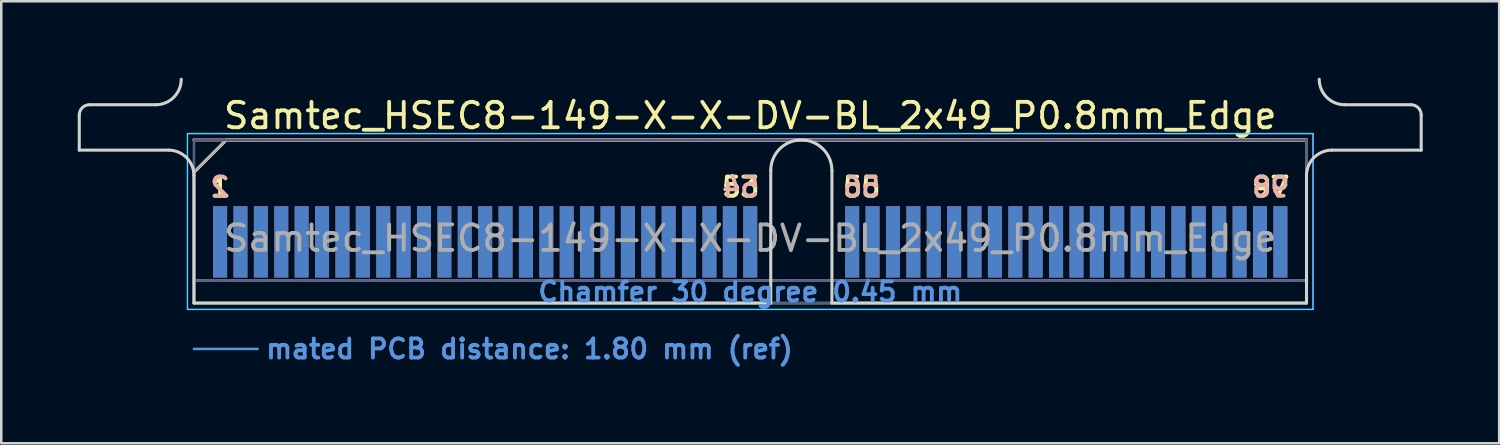
<source format=kicad_pcb>
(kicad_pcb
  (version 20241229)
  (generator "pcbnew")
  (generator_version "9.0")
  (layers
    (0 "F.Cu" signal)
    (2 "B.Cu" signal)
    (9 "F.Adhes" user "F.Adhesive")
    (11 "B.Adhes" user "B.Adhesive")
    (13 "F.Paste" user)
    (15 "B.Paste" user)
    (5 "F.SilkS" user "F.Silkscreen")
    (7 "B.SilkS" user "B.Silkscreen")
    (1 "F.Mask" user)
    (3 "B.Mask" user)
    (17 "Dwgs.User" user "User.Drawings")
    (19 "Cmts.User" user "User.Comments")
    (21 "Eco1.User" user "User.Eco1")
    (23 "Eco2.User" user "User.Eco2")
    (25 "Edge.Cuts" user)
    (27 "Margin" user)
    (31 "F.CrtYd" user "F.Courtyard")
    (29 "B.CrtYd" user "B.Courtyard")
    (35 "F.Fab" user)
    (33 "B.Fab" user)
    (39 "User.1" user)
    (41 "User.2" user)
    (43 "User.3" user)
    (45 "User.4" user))
  (footprint "Samtec_HSEC8-149-X-X-DV-BL_2x49_P0.8mm_Edge"
    (layer "F.Cu")
    (at 26.385 8.84)
    (property "Reference" "Samtec_HSEC8-149-X-X-DV-BL_2x49_P0.8mm_Edge" (at 0 -7.35 0) (layer "F.SilkS") (effects (font (size 1 1) (thickness 0.15))))
    (attr exclude_from_pos_files exclude_from_bom)
    (fp_line (start -21.825 -5.13) (end -20.555 -6.4) (stroke (width 0.12) (type solid)) (layer "F.SilkS"))
    (fp_line (start -20.555 -6.4) (end 21.825 -6.4) (stroke (width 0.12) (type solid)) (layer "F.SilkS"))
    (fp_line (start -21.825 -6.4) (end -21.825 -6.4) (stroke (width 0.12) (type solid)) (layer "B.SilkS"))
    (fp_line (start -21.825 -6.4) (end 21.825 -6.4) (stroke (width 0.12) (type solid)) (layer "B.SilkS"))
    (fp_line (start -21.825 1.8) (end -19.325 1.8) (stroke (width 0.1) (type solid)) (layer "Cmts.User"))
    (fp_line (start -26.325 -6) (end -26.325 -7.38) (stroke (width 0.12) (type solid)) (layer "Edge.Cuts"))
    (fp_line (start -25.925 -7.78) (end -23.325 -7.78) (stroke (width 0.12) (type solid)) (layer "Edge.Cuts"))
    (fp_line (start -22.825 -6) (end -26.325 -6) (stroke (width 0.12) (type solid)) (layer "Edge.Cuts"))
    (fp_line (start -21.825 -5) (end -21.825 0) (stroke (width 0.12) (type solid)) (layer "Edge.Cuts"))
    (fp_line (start -21.825 0) (end 0.805 0) (stroke (width 0.12) (type solid)) (layer "Edge.Cuts"))
    (fp_line (start 0.805 0) (end 0.805 -5.2) (stroke (width 0.12) (type solid)) (layer "Edge.Cuts"))
    (fp_line (start 3.205 -5.2) (end 3.205 0) (stroke (width 0.12) (type solid)) (layer "Edge.Cuts"))
    (fp_line (start 3.205 0) (end 21.825 0) (stroke (width 0.12) (type solid)) (layer "Edge.Cuts"))
    (fp_line (start 21.825 0) (end 21.825 -5) (stroke (width 0.12) (type solid)) (layer "Edge.Cuts"))
    (fp_line (start 22.825 -6) (end 26.325 -6) (stroke (width 0.12) (type solid)) (layer "Edge.Cuts"))
    (fp_line (start 25.925 -7.78) (end 23.325 -7.78) (stroke (width 0.12) (type solid)) (layer "Edge.Cuts"))
    (fp_line (start 26.325 -6) (end 26.325 -7.38) (stroke (width 0.12) (type solid)) (layer "Edge.Cuts"))
    (fp_arc (start -26.325 -7.38) (mid -26.207843 -7.662843) (end -25.925 -7.78) (stroke (width 0.12) (type solid)) (layer "Edge.Cuts"))
    (fp_arc (start -22.825 -6) (mid -22.117893 -5.707107) (end -21.825 -5) (stroke (width 0.12) (type solid)) (layer "Edge.Cuts"))
    (fp_arc (start -22.325 -8.78) (mid -22.617893 -8.072893) (end -23.325 -7.78) (stroke (width 0.12) (type solid)) (layer "Edge.Cuts"))
    (fp_arc (start 0.805 -5.2) (mid 2.005 -6.4) (end 3.205 -5.2) (stroke (width 0.12) (type solid)) (layer "Edge.Cuts"))
    (fp_arc (start 21.825 -5) (mid 22.117893 -5.707107) (end 22.825 -6) (stroke (width 0.12) (type solid)) (layer "Edge.Cuts"))
    (fp_arc (start 23.325 -7.78) (mid 22.617893 -8.072893) (end 22.325 -8.78) (stroke (width 0.12) (type solid)) (layer "Edge.Cuts"))
    (fp_arc (start 25.925 -7.78) (mid 26.207843 -7.662843) (end 26.325 -7.38) (stroke (width 0.12) (type solid)) (layer "Edge.Cuts"))
    (fp_line (start -22.08 -6.65) (end -22.08 0.25) (stroke (width 0.05) (type solid)) (layer "B.CrtYd"))
    (fp_line (start -22.08 0.25) (end 22.08 0.25) (stroke (width 0.05) (type solid)) (layer "B.CrtYd"))
    (fp_line (start 22.08 -6.65) (end -22.08 -6.65) (stroke (width 0.05) (type solid)) (layer "B.CrtYd"))
    (fp_line (start 22.08 0.25) (end 22.08 -6.65) (stroke (width 0.05) (type solid)) (layer "B.CrtYd"))
    (fp_line (start -22.08 -6.65) (end -22.08 0.25) (stroke (width 0.05) (type solid)) (layer "F.CrtYd"))
    (fp_line (start -22.08 0.25) (end 22.08 0.25) (stroke (width 0.05) (type solid)) (layer "F.CrtYd"))
    (fp_line (start 22.08 -6.65) (end -22.08 -6.65) (stroke (width 0.05) (type solid)) (layer "F.CrtYd"))
    (fp_line (start 22.08 0.25) (end 22.08 -6.65) (stroke (width 0.05) (type solid)) (layer "F.CrtYd"))
    (fp_line (start -21.825 -6.4) (end -21.825 -6.4) (stroke (width 0.1) (type solid)) (layer "B.Fab"))
    (fp_line (start -21.825 -6.4) (end -21.825 0) (stroke (width 0.1) (type solid)) (layer "B.Fab"))
    (fp_line (start -21.825 -6.4) (end 21.825 -6.4) (stroke (width 0.1) (type solid)) (layer "B.Fab"))
    (fp_line (start -21.825 -0.88) (end 21.825 -0.88) (stroke (width 0.1) (type solid)) (layer "B.Fab"))
    (fp_line (start -21.825 0) (end 21.825 0) (stroke (width 0.1) (type solid)) (layer "B.Fab"))
    (fp_line (start 21.825 -6.4) (end 21.825 0) (stroke (width 0.1) (type solid)) (layer "B.Fab"))
    (fp_line (start -21.825 -5.13) (end -21.825 0) (stroke (width 0.1) (type solid)) (layer "F.Fab"))
    (fp_line (start -21.825 -5.13) (end -20.555 -6.4) (stroke (width 0.1) (type solid)) (layer "F.Fab"))
    (fp_line (start -21.825 -0.88) (end 21.825 -0.88) (stroke (width 0.1) (type solid)) (layer "F.Fab"))
    (fp_line (start -21.825 0) (end 21.825 0) (stroke (width 0.1) (type solid)) (layer "F.Fab"))
    (fp_line (start -20.555 -6.4) (end 21.825 -6.4) (stroke (width 0.1) (type solid)) (layer "F.Fab"))
    (fp_line (start 21.825 -6.4) (end 21.825 0) (stroke (width 0.1) (type solid)) (layer "F.Fab"))
    (fp_text user "97" (at 20.425 -4.55 0) (layer "F.SilkS") (effects (font (size 0.75 0.75) (thickness 0.15))))
    (fp_text user "55" (at 4.375 -4.55 0) (layer "F.SilkS") (effects (font (size 0.75 0.75) (thickness 0.15))))
    (fp_text user "53" (at -0.375 -4.55 0) (layer "F.SilkS") (effects (font (size 0.75 0.75) (thickness 0.15))))
    (fp_text user "1" (at -20.8 -4.55 0) (layer "F.SilkS") (effects (font (size 0.75 0.75) (thickness 0.15))))
    (fp_text user "56" (at 4.375 -4.55 0) (layer "B.SilkS") (effects (font (size 0.75 0.75) (thickness 0.15)) (justify mirror)))
    (fp_text user "2" (at -20.8 -4.55 0) (layer "B.SilkS") (effects (font (size 0.75 0.75) (thickness 0.15)) (justify mirror)))
    (fp_text user "98" (at 20.425 -4.55 0) (layer "B.SilkS") (effects (font (size 0.75 0.75) (thickness 0.15)) (justify mirror)))
    (fp_text user "54" (at -0.375 -4.55 0) (layer "B.SilkS") (effects (font (size 0.75 0.75) (thickness 0.15)) (justify mirror)))
    (fp_text user "Chamfer 30 degree 0.45 mm" (at 0 -0.44 0) (layer "Cmts.User") (effects (font (size 0.75 0.75) (thickness 0.15))))
    (fp_text user "mated PCB distance: 1.80 mm (ref)" (at -19.08 1.8 0) (layer "Cmts.User") (effects (font (size 0.75 0.75) (thickness 0.15)) (justify left)))
    (fp_text user "${REFERENCE}" (at 0 -2.54 0) (layer "F.Fab") (effects (font (size 1 1) (thickness 0.15))))
    (pad "1" connect rect (at -20.8 -2.4) (size 0.55 2.8) (layers "F.Cu" "F.Mask"))
    (pad "2" connect rect (at -20.8 -2.4) (size 0.55 2.8) (layers "B.Cu" "B.Mask"))
    (pad "3" connect rect (at -20 -2.4) (size 0.55 2.8) (layers "F.Cu" "F.Mask"))
    (pad "4" connect rect (at -20 -2.4) (size 0.55 2.8) (layers "B.Cu" "B.Mask"))
    (pad "5" connect rect (at -19.2 -2.4) (size 0.55 2.8) (layers "F.Cu" "F.Mask"))
    (pad "6" connect rect (at -19.2 -2.4) (size 0.55 2.8) (layers "B.Cu" "B.Mask"))
    (pad "7" connect rect (at -18.4 -2.4) (size 0.55 2.8) (layers "F.Cu" "F.Mask"))
    (pad "8" connect rect (at -18.4 -2.4) (size 0.55 2.8) (layers "B.Cu" "B.Mask"))
    (pad "9" connect rect (at -17.6 -2.4) (size 0.55 2.8) (layers "F.Cu" "F.Mask"))
    (pad "10" connect rect (at -17.6 -2.4) (size 0.55 2.8) (layers "B.Cu" "B.Mask"))
    (pad "11" connect rect (at -16.8 -2.4) (size 0.55 2.8) (layers "F.Cu" "F.Mask"))
    (pad "12" connect rect (at -16.8 -2.4) (size 0.55 2.8) (layers "B.Cu" "B.Mask"))
    (pad "13" connect rect (at -16 -2.4) (size 0.55 2.8) (layers "F.Cu" "F.Mask"))
    (pad "14" connect rect (at -16 -2.4) (size 0.55 2.8) (layers "B.Cu" "B.Mask"))
    (pad "15" connect rect (at -15.2 -2.4) (size 0.55 2.8) (layers "F.Cu" "F.Mask"))
    (pad "16" connect rect (at -15.2 -2.4) (size 0.55 2.8) (layers "B.Cu" "B.Mask"))
    (pad "17" connect rect (at -14.4 -2.4) (size 0.55 2.8) (layers "F.Cu" "F.Mask"))
    (pad "18" connect rect (at -14.4 -2.4) (size 0.55 2.8) (layers "B.Cu" "B.Mask"))
    (pad "19" connect rect (at -13.6 -2.4) (size 0.55 2.8) (layers "F.Cu" "F.Mask"))
    (pad "20" connect rect (at -13.6 -2.4) (size 0.55 2.8) (layers "B.Cu" "B.Mask"))
    (pad "21" connect rect (at -12.8 -2.4) (size 0.55 2.8) (layers "F.Cu" "F.Mask"))
    (pad "22" connect rect (at -12.8 -2.4) (size 0.55 2.8) (layers "B.Cu" "B.Mask"))
    (pad "23" connect rect (at -12 -2.4) (size 0.55 2.8) (layers "F.Cu" "F.Mask"))
    (pad "24" connect rect (at -12 -2.4) (size 0.55 2.8) (layers "B.Cu" "B.Mask"))
    (pad "25" connect rect (at -11.2 -2.4) (size 0.55 2.8) (layers "F.Cu" "F.Mask"))
    (pad "26" connect rect (at -11.2 -2.4) (size 0.55 2.8) (layers "B.Cu" "B.Mask"))
    (pad "27" connect rect (at -10.4 -2.4) (size 0.55 2.8) (layers "F.Cu" "F.Mask"))
    (pad "28" connect rect (at -10.4 -2.4) (size 0.55 2.8) (layers "B.Cu" "B.Mask"))
    (pad "29" connect rect (at -9.6 -2.4) (size 0.55 2.8) (layers "F.Cu" "F.Mask"))
    (pad "30" connect rect (at -9.6 -2.4) (size 0.55 2.8) (layers "B.Cu" "B.Mask"))
    (pad "31" connect rect (at -8.8 -2.4) (size 0.55 2.8) (layers "F.Cu" "F.Mask"))
    (pad "32" connect rect (at -8.8 -2.4) (size 0.55 2.8) (layers "B.Cu" "B.Mask"))
    (pad "33" connect rect (at -8 -2.4) (size 0.55 2.8) (layers "F.Cu" "F.Mask"))
    (pad "34" connect rect (at -8 -2.4) (size 0.55 2.8) (layers "B.Cu" "B.Mask"))
    (pad "35" connect rect (at -7.2 -2.4) (size 0.55 2.8) (layers "F.Cu" "F.Mask"))
    (pad "36" connect rect (at -7.2 -2.4) (size 0.55 2.8) (layers "B.Cu" "B.Mask"))
    (pad "37" connect rect (at -6.4 -2.4) (size 0.55 2.8) (layers "F.Cu" "F.Mask"))
    (pad "38" connect rect (at -6.4 -2.4) (size 0.55 2.8) (layers "B.Cu" "B.Mask"))
    (pad "39" connect rect (at -5.6 -2.4) (size 0.55 2.8) (layers "F.Cu" "F.Mask"))
    (pad "40" connect rect (at -5.6 -2.4) (size 0.55 2.8) (layers "B.Cu" "B.Mask"))
    (pad "41" connect rect (at -4.8 -2.4) (size 0.55 2.8) (layers "F.Cu" "F.Mask"))
    (pad "42" connect rect (at -4.8 -2.4) (size 0.55 2.8) (layers "B.Cu" "B.Mask"))
    (pad "43" connect rect (at -4 -2.4) (size 0.55 2.8) (layers "F.Cu" "F.Mask"))
    (pad "44" connect rect (at -4 -2.4) (size 0.55 2.8) (layers "B.Cu" "B.Mask"))
    (pad "45" connect rect (at -3.2 -2.4) (size 0.55 2.8) (layers "F.Cu" "F.Mask"))
    (pad "46" connect rect (at -3.2 -2.4) (size 0.55 2.8) (layers "B.Cu" "B.Mask"))
    (pad "47" connect rect (at -2.4 -2.4) (size 0.55 2.8) (layers "F.Cu" "F.Mask"))
    (pad "48" connect rect (at -2.4 -2.4) (size 0.55 2.8) (layers "B.Cu" "B.Mask"))
    (pad "49" connect rect (at -1.6 -2.4) (size 0.55 2.8) (layers "F.Cu" "F.Mask"))
    (pad "50" connect rect (at -1.6 -2.4) (size 0.55 2.8) (layers "B.Cu" "B.Mask"))
    (pad "51" connect rect (at -0.8 -2.4) (size 0.55 2.8) (layers "F.Cu" "F.Mask"))
    (pad "52" connect rect (at -0.8 -2.4) (size 0.55 2.8) (layers "B.Cu" "B.Mask"))
    (pad "53" connect rect (at 0 -2.4) (size 0.55 2.8) (layers "F.Cu" "F.Mask"))
    (pad "54" connect rect (at 0 -2.4) (size 0.55 2.8) (layers "B.Cu" "B.Mask"))
    (pad "55" connect rect (at 4 -2.4) (size 0.55 2.8) (layers "F.Cu" "F.Mask"))
    (pad "56" connect rect (at 4 -2.4) (size 0.55 2.8) (layers "B.Cu" "B.Mask"))
    (pad "57" connect rect (at 4.8 -2.4) (size 0.55 2.8) (layers "F.Cu" "F.Mask"))
    (pad "58" connect rect (at 4.8 -2.4) (size 0.55 2.8) (layers "B.Cu" "B.Mask"))
    (pad "59" connect rect (at 5.6 -2.4) (size 0.55 2.8) (layers "F.Cu" "F.Mask"))
    (pad "60" connect rect (at 5.6 -2.4) (size 0.55 2.8) (layers "B.Cu" "B.Mask"))
    (pad "61" connect rect (at 6.4 -2.4) (size 0.55 2.8) (layers "F.Cu" "F.Mask"))
    (pad "62" connect rect (at 6.4 -2.4) (size 0.55 2.8) (layers "B.Cu" "B.Mask"))
    (pad "63" connect rect (at 7.2 -2.4) (size 0.55 2.8) (layers "F.Cu" "F.Mask"))
    (pad "64" connect rect (at 7.2 -2.4) (size 0.55 2.8) (layers "B.Cu" "B.Mask"))
    (pad "65" connect rect (at 8 -2.4) (size 0.55 2.8) (layers "F.Cu" "F.Mask"))
    (pad "66" connect rect (at 8 -2.4) (size 0.55 2.8) (layers "B.Cu" "B.Mask"))
    (pad "67" connect rect (at 8.8 -2.4) (size 0.55 2.8) (layers "F.Cu" "F.Mask"))
    (pad "68" connect rect (at 8.8 -2.4) (size 0.55 2.8) (layers "B.Cu" "B.Mask"))
    (pad "69" connect rect (at 9.6 -2.4) (size 0.55 2.8) (layers "F.Cu" "F.Mask"))
    (pad "70" connect rect (at 9.6 -2.4) (size 0.55 2.8) (layers "B.Cu" "B.Mask"))
    (pad "71" connect rect (at 10.4 -2.4) (size 0.55 2.8) (layers "F.Cu" "F.Mask"))
    (pad "72" connect rect (at 10.4 -2.4) (size 0.55 2.8) (layers "B.Cu" "B.Mask"))
    (pad "73" connect rect (at 11.2 -2.4) (size 0.55 2.8) (layers "F.Cu" "F.Mask"))
    (pad "74" connect rect (at 11.2 -2.4) (size 0.55 2.8) (layers "B.Cu" "B.Mask"))
    (pad "75" connect rect (at 12 -2.4) (size 0.55 2.8) (layers "F.Cu" "F.Mask"))
    (pad "76" connect rect (at 12 -2.4) (size 0.55 2.8) (layers "B.Cu" "B.Mask"))
    (pad "77" connect rect (at 12.8 -2.4) (size 0.55 2.8) (layers "F.Cu" "F.Mask"))
    (pad "78" connect rect (at 12.8 -2.4) (size 0.55 2.8) (layers "B.Cu" "B.Mask"))
    (pad "79" connect rect (at 13.6 -2.4) (size 0.55 2.8) (layers "F.Cu" "F.Mask"))
    (pad "80" connect rect (at 13.6 -2.4) (size 0.55 2.8) (layers "B.Cu" "B.Mask"))
    (pad "81" connect rect (at 14.4 -2.4) (size 0.55 2.8) (layers "F.Cu" "F.Mask"))
    (pad "82" connect rect (at 14.4 -2.4) (size 0.55 2.8) (layers "B.Cu" "B.Mask"))
    (pad "83" connect rect (at 15.2 -2.4) (size 0.55 2.8) (layers "F.Cu" "F.Mask"))
    (pad "84" connect rect (at 15.2 -2.4) (size 0.55 2.8) (layers "B.Cu" "B.Mask"))
    (pad "85" connect rect (at 16 -2.4) (size 0.55 2.8) (layers "F.Cu" "F.Mask"))
    (pad "86" connect rect (at 16 -2.4) (size 0.55 2.8) (layers "B.Cu" "B.Mask"))
    (pad "87" connect rect (at 16.8 -2.4) (size 0.55 2.8) (layers "F.Cu" "F.Mask"))
    (pad "88" connect rect (at 16.8 -2.4) (size 0.55 2.8) (layers "B.Cu" "B.Mask"))
    (pad "89" connect rect (at 17.6 -2.4) (size 0.55 2.8) (layers "F.Cu" "F.Mask"))
    (pad "90" connect rect (at 17.6 -2.4) (size 0.55 2.8) (layers "B.Cu" "B.Mask"))
    (pad "91" connect rect (at 18.4 -2.4) (size 0.55 2.8) (layers "F.Cu" "F.Mask"))
    (pad "92" connect rect (at 18.4 -2.4) (size 0.55 2.8) (layers "B.Cu" "B.Mask"))
    (pad "93" connect rect (at 19.2 -2.4) (size 0.55 2.8) (layers "F.Cu" "F.Mask"))
    (pad "94" connect rect (at 19.2 -2.4) (size 0.55 2.8) (layers "B.Cu" "B.Mask"))
    (pad "95" connect rect (at 20 -2.4) (size 0.55 2.8) (layers "F.Cu" "F.Mask"))
    (pad "96" connect rect (at 20 -2.4) (size 0.55 2.8) (layers "B.Cu" "B.Mask"))
    (pad "97" connect rect (at 20.8 -2.4) (size 0.55 2.8) (layers "F.Cu" "F.Mask"))
    (pad "98" connect rect (at 20.8 -2.4) (size 0.55 2.8) (layers "B.Cu" "B.Mask")))
  (gr_rect
    (start -3 -3)
    (end 55.77 14.342)
    (stroke (width 0.1) (type default))
    (fill no)
    (layer "Edge.Cuts")))
</source>
